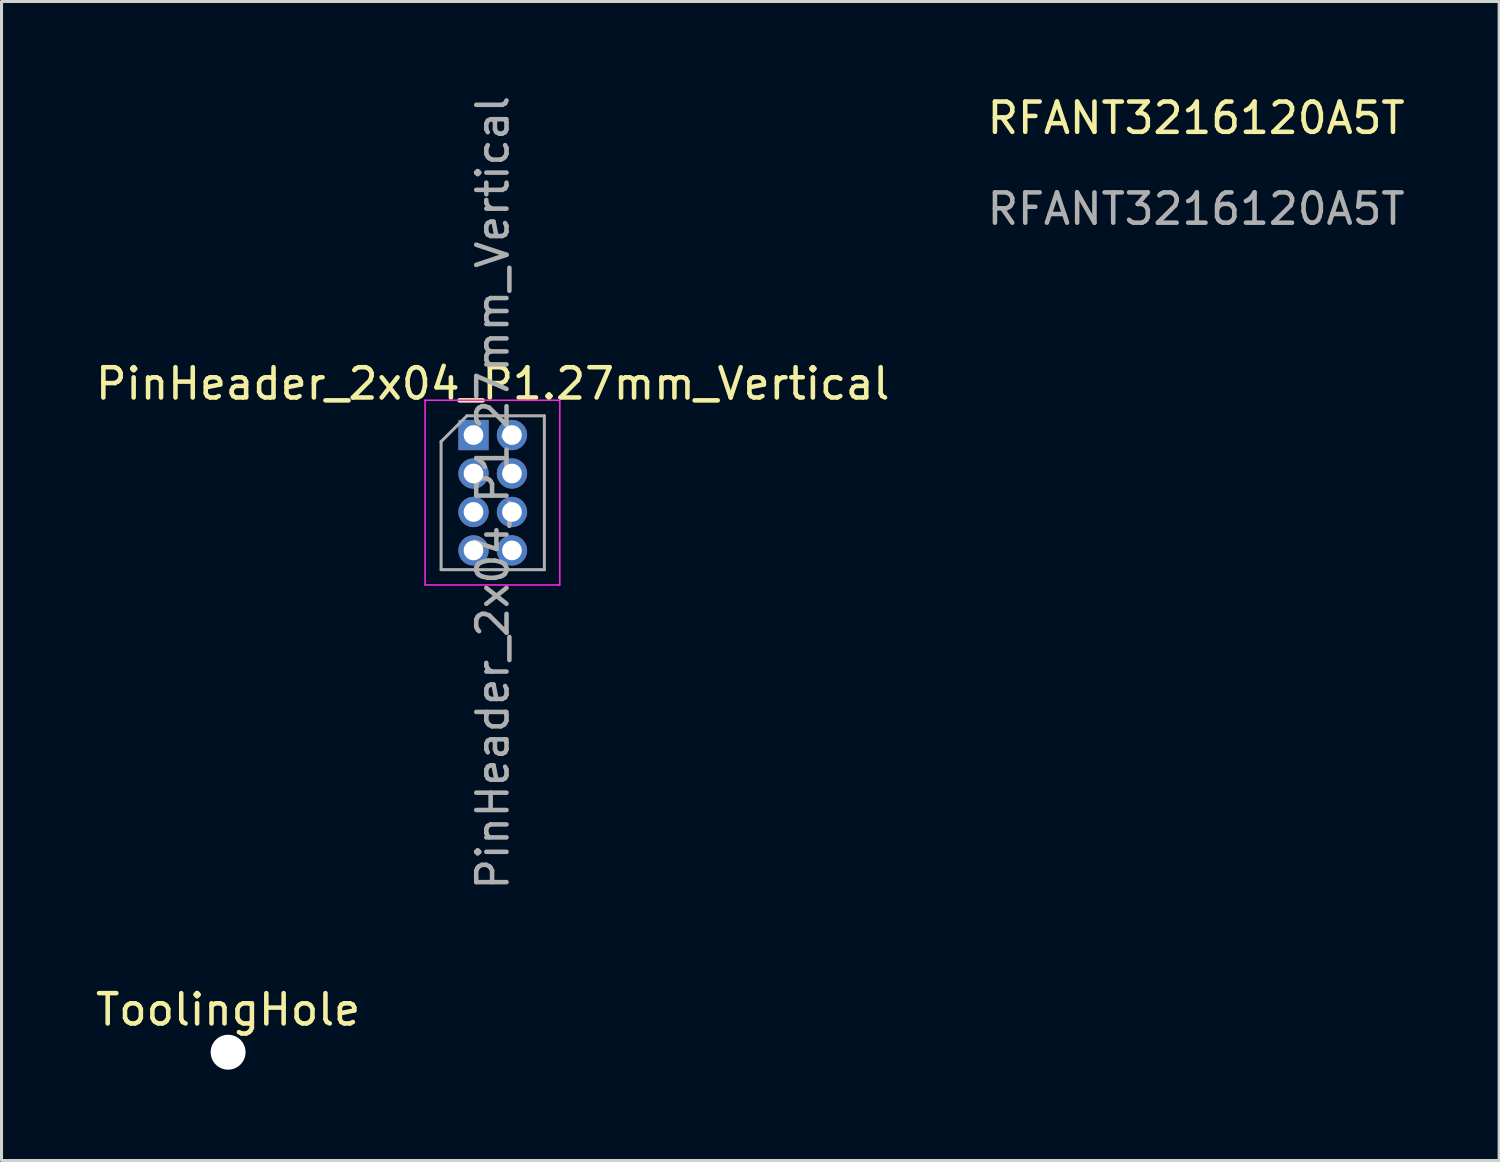
<source format=kicad_pcb>
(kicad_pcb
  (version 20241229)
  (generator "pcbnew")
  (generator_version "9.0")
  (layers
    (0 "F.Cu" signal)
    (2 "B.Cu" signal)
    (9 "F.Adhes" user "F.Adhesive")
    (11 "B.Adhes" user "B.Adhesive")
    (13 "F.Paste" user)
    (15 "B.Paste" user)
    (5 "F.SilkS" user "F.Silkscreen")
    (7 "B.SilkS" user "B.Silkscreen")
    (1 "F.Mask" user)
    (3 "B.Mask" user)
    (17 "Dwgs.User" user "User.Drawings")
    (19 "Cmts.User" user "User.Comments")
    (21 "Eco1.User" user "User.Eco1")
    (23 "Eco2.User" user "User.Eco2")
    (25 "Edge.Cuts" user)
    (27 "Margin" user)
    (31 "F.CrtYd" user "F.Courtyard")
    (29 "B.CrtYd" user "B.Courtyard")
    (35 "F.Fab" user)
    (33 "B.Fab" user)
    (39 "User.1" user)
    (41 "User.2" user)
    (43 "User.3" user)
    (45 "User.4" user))
  (footprint "ToolingHole"
    (layer "F.Cu")
    (at 4.482 29.789)
    (property "Reference" "ToolingHole" (at 0 0.5 0) (layer "F.SilkS") (effects (font (size 1 1) (thickness 0.15))))
    (attr through_hole)
    (pad "" np_thru_hole circle (at 0 1.905) (size 1.152 1.152) (drill 1.152) (layers "*.Cu" "*.Mask")))
  (footprint "RFANT3216120A5T"
    (layer "F.Cu")
    (at 36.446 1.348)
    (property "Reference" "RFANT3216120A5T" (at 0 -0.5 0) (unlocked yes) (layer "F.SilkS") (effects (font (size 1 1) (thickness 0.15))))
    (attr smd)
    (fp_text user "${REFERENCE}" (at 0 2.5 0) (unlocked yes) (layer "F.Fab") (effects (font (size 1 1) (thickness 0.15)))))
  (footprint "PinHeader_2x04_P1.27mm_Vertical"
    (layer "F.Cu")
    (at 12.585 11.315)
    (property "Reference" "PinHeader_2x04_P1.27mm_Vertical" (at 0.635 -1.695 0) (layer "F.SilkS") (effects (font (size 1 1) (thickness 0.15))))
    (attr through_hole)
    (fp_line (start -1.6 -1.15) (end -1.6 4.95) (stroke (width 0.05) (type solid)) (layer "F.CrtYd"))
    (fp_line (start -1.6 4.95) (end 2.85 4.95) (stroke (width 0.05) (type solid)) (layer "F.CrtYd"))
    (fp_line (start 2.85 -1.15) (end -1.6 -1.15) (stroke (width 0.05) (type solid)) (layer "F.CrtYd"))
    (fp_line (start 2.85 4.95) (end 2.85 -1.15) (stroke (width 0.05) (type solid)) (layer "F.CrtYd"))
    (fp_line (start -1.07 0.217) (end -0.217 -0.635) (stroke (width 0.1) (type solid)) (layer "F.Fab"))
    (fp_line (start -1.07 4.445) (end -1.07 0.217) (stroke (width 0.1) (type solid)) (layer "F.Fab"))
    (fp_line (start -0.217 -0.635) (end 2.34 -0.635) (stroke (width 0.1) (type solid)) (layer "F.Fab"))
    (fp_line (start 2.34 -0.635) (end 2.34 4.445) (stroke (width 0.1) (type solid)) (layer "F.Fab"))
    (fp_line (start 2.34 4.445) (end -1.07 4.445) (stroke (width 0.1) (type solid)) (layer "F.Fab"))
    (fp_text user "${REFERENCE}" (at 0.635 1.905 90) (layer "F.Fab") (effects (font (size 1 1) (thickness 0.15))))
    (pad "1" thru_hole rect (at 0 0) (size 1 1) (drill 0.65) (layers "*.Cu" "*.Mask"))
    (pad "2" thru_hole oval (at 1.27 0) (size 1 1) (drill 0.65) (layers "*.Cu" "*.Mask"))
    (pad "3" thru_hole oval (at 0 1.27) (size 1 1) (drill 0.65) (layers "*.Cu" "*.Mask"))
    (pad "4" thru_hole oval (at 1.27 1.27) (size 1 1) (drill 0.65) (layers "*.Cu" "*.Mask"))
    (pad "5" thru_hole oval (at 0 2.54) (size 1 1) (drill 0.65) (layers "*.Cu" "*.Mask"))
    (pad "6" thru_hole oval (at 1.27 2.54) (size 1 1) (drill 0.65) (layers "*.Cu" "*.Mask"))
    (pad "7" thru_hole oval (at 0 3.81) (size 1 1) (drill 0.65) (layers "*.Cu" "*.Mask"))
    (pad "8" thru_hole oval (at 1.27 3.81) (size 1 1) (drill 0.65) (layers "*.Cu" "*.Mask")))
  (gr_rect
    (start -3 -3)
    (end 46.452 35.27)
    (stroke (width 0.1) (type default))
    (fill no)
    (layer "Edge.Cuts")))
</source>
